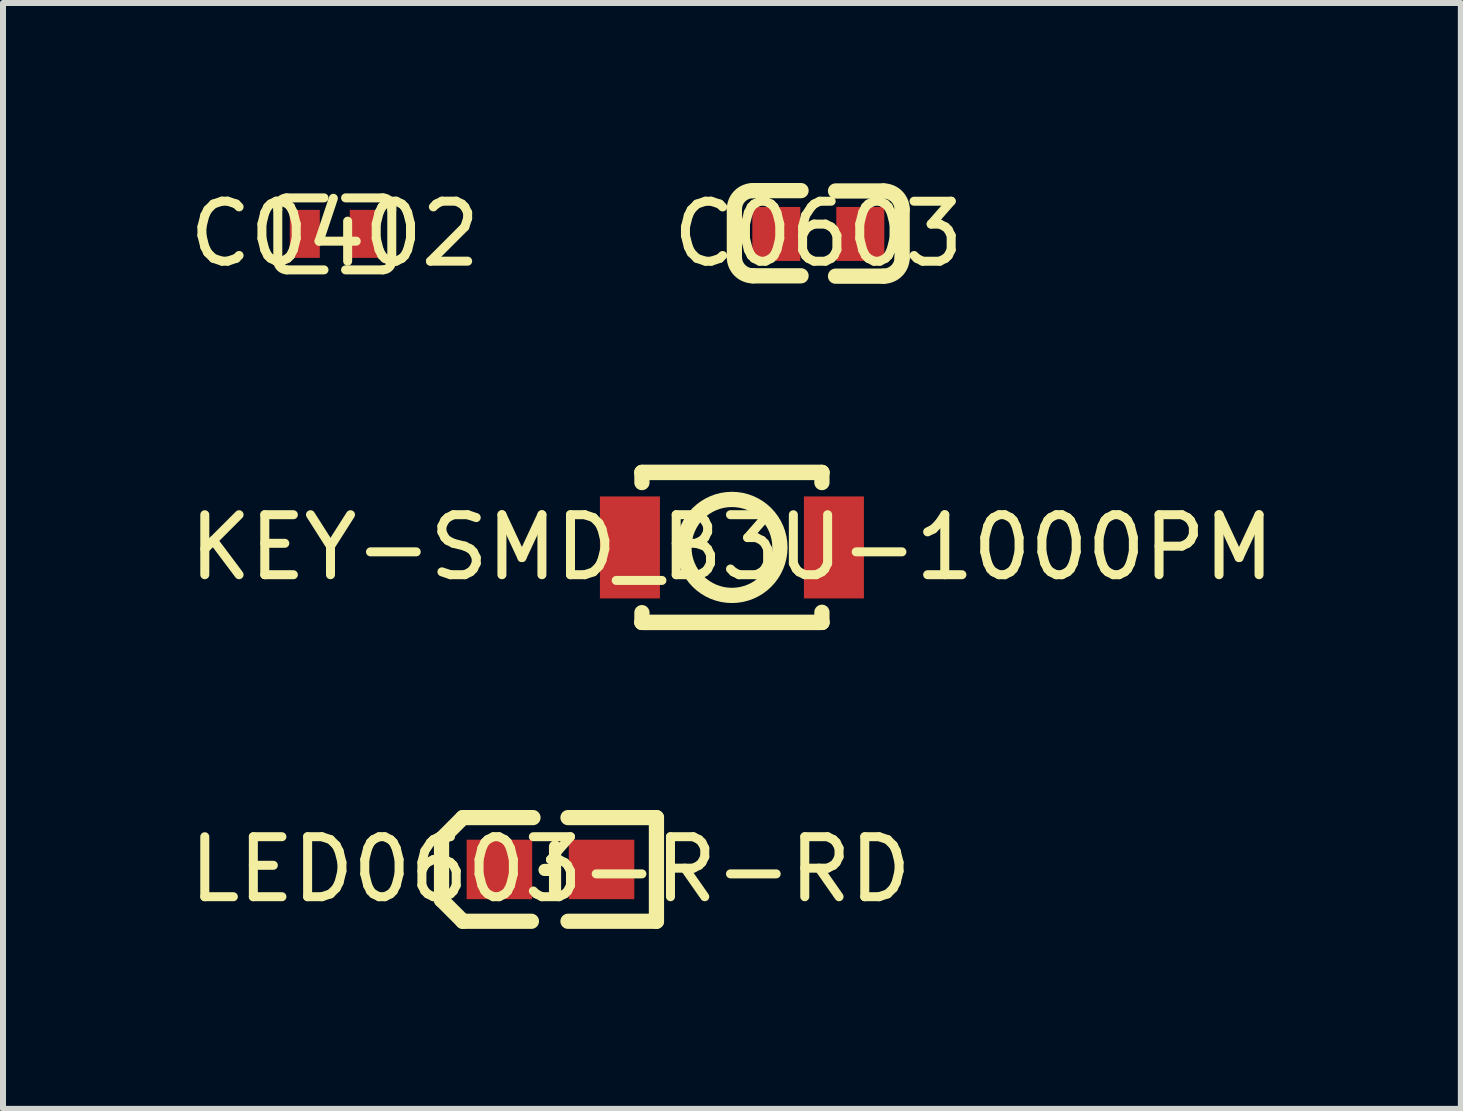
<source format=kicad_pcb>
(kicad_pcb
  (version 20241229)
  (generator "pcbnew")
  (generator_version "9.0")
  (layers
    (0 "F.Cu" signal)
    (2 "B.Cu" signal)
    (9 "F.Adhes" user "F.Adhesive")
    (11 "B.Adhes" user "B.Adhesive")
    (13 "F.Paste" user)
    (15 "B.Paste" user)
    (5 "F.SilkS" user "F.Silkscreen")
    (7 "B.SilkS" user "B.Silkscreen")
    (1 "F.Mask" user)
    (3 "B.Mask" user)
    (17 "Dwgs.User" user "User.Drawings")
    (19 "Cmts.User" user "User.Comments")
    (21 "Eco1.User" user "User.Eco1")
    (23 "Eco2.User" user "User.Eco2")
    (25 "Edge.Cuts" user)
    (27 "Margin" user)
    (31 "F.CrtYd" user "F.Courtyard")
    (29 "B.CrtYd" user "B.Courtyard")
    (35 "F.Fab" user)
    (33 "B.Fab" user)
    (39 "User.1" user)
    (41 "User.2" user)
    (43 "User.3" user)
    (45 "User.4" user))
  (footprint "C0603"
    (layer "F.Cu")
    (at 10.589 0.849)
    (property "Reference" "C0603" (at 0 0 0) (layer "F.SilkS") (effects (font (size 1 1) (thickness 0.15))))
    (fp_line (start -1.399 -0.412) (end -1.399 0.388) (stroke (width 0.254) (type default)) (layer "F.SilkS"))
    (fp_line (start -0.288 -0.722) (end -1.089 -0.722) (stroke (width 0.254) (type default)) (layer "F.SilkS"))
    (fp_line (start -0.288 0.698) (end -1.089 0.698) (stroke (width 0.254) (type default)) (layer "F.SilkS"))
    (fp_line (start 0.287 -0.716) (end 1.087 -0.716) (stroke (width 0.254) (type default)) (layer "F.SilkS"))
    (fp_line (start 0.287 0.704) (end 1.087 0.704) (stroke (width 0.254) (type default)) (layer "F.SilkS"))
    (fp_line (start 1.397 -0.406) (end 1.397 0.394) (stroke (width 0.254) (type default)) (layer "F.SilkS"))
    (fp_arc (start -1.3985 -0.412) (mid -1.307703 -0.631203) (end -1.0885 -0.7215) (stroke (width 0.254) (type default)) (layer "F.SilkS"))
    (fp_arc (start -1.0885 0.698) (mid -1.307703 0.607203) (end -1.3985 0.388) (stroke (width 0.254) (type default)) (layer "F.SilkS"))
    (fp_arc (start 1.087 -0.716) (mid 1.306203 -0.625203) (end 1.397 -0.406) (stroke (width 0.254) (type default)) (layer "F.SilkS"))
    (fp_arc (start 1.397 0.394) (mid 1.306203 0.613203) (end 1.087 0.704) (stroke (width 0.254) (type default)) (layer "F.SilkS"))
    (pad "1" smd rect (at -0.7 0 180) (size 0.8 0.9) (layers "F.Cu" "F.Mask" "F.Paste"))
    (pad "2" smd rect (at 0.7 0 180) (size 0.8 0.9) (layers "F.Cu" "F.Mask" "F.Paste")))
  (footprint "LED0603-R-RD"
    (layer "F.Cu")
    (at 6.125 11.441)
    (property "Reference" "LED0603-R-RD" (at 0 0 0) (layer "F.SilkS") (effects (font (size 1 1) (thickness 0.15))))
    (fp_line (start -1.816 -0.508) (end -1.46 -0.864) (stroke (width 0.254) (type default)) (layer "F.SilkS"))
    (fp_line (start -1.816 0.508) (end -1.816 -0.508) (stroke (width 0.254) (type default)) (layer "F.SilkS"))
    (fp_line (start -1.46 0.864) (end -1.816 0.508) (stroke (width 0.254) (type default)) (layer "F.SilkS"))
    (fp_line (start -0.318 0.864) (end -1.46 0.864) (stroke (width 0.254) (type default)) (layer "F.SilkS"))
    (fp_line (start -0.292 -0.864) (end -1.46 -0.864) (stroke (width 0.254) (type default)) (layer "F.SilkS"))
    (fp_line (start 0.076 0.008) (end -0.099 0.008) (stroke (width 0.203) (type default)) (layer "F.SilkS"))
    (fp_line (start 0.076 0.406) (end 0.076 -0.381) (stroke (width 0.203) (type default)) (layer "F.SilkS"))
    (fp_line (start 1.766 -0.864) (end 0.292 -0.864) (stroke (width 0.254) (type default)) (layer "F.SilkS"))
    (fp_line (start 1.766 0.864) (end 0.292 0.864) (stroke (width 0.254) (type default)) (layer "F.SilkS"))
    (fp_line (start 1.766 0.864) (end 1.766 -0.864) (stroke (width 0.254) (type default)) (layer "F.SilkS"))
    (pad "1" smd rect (at 0.851 0 90) (size 0.991 1.092) (layers "F.Cu" "F.Mask" "F.Paste"))
    (pad "2" smd rect (at -0.851 0 90) (size 0.991 1.092) (layers "F.Cu" "F.Mask" "F.Paste")))
  (footprint "C0402"
    (layer "F.Cu")
    (at 2.53 0.848)
    (property "Reference" "C0402" (at 0 0 0) (layer "F.SilkS") (effects (font (size 1 1) (thickness 0.15))))
    (fp_line (start -0.95 -0.45) (end -0.95 -0.4) (stroke (width 0.15) (type default)) (layer "F.SilkS"))
    (fp_line (start -0.95 -0.4) (end -0.95 0.4) (stroke (width 0.15) (type default)) (layer "F.SilkS"))
    (fp_line (start -0.95 0.45) (end -0.95 0.4) (stroke (width 0.15) (type default)) (layer "F.SilkS"))
    (fp_line (start -0.18 -0.6) (end -0.8 -0.6) (stroke (width 0.15) (type default)) (layer "F.SilkS"))
    (fp_line (start -0.18 0.6) (end -0.8 0.6) (stroke (width 0.15) (type default)) (layer "F.SilkS"))
    (fp_line (start 0.18 -0.6) (end 0.8 -0.6) (stroke (width 0.15) (type default)) (layer "F.SilkS"))
    (fp_line (start 0.18 0.6) (end 0.8 0.6) (stroke (width 0.15) (type default)) (layer "F.SilkS"))
    (fp_line (start 0.95 -0.45) (end 0.95 -0.4) (stroke (width 0.15) (type default)) (layer "F.SilkS"))
    (fp_line (start 0.95 -0.4) (end 0.95 0.4) (stroke (width 0.15) (type default)) (layer "F.SilkS"))
    (fp_line (start 0.95 0.45) (end 0.95 0.4) (stroke (width 0.15) (type default)) (layer "F.SilkS"))
    (fp_arc (start -0.95 -0.45) (mid -0.906066 -0.556066) (end -0.8 -0.6) (stroke (width 0.15) (type default)) (layer "F.SilkS"))
    (fp_arc (start -0.8 0.6) (mid -0.906066 0.556066) (end -0.95 0.45) (stroke (width 0.15) (type default)) (layer "F.SilkS"))
    (fp_arc (start 0.8 -0.6) (mid 0.906066 -0.556066) (end 0.95 -0.45) (stroke (width 0.15) (type default)) (layer "F.SilkS"))
    (fp_arc (start 0.95 0.45) (mid 0.906066 0.556066) (end 0.8 0.6) (stroke (width 0.15) (type default)) (layer "F.SilkS"))
    (pad "1" smd rect (at -0.5 0) (size 0.5 0.8) (layers "F.Cu" "F.Mask" "F.Paste"))
    (pad "2" smd rect (at 0.5 0) (size 0.5 0.8) (layers "F.Cu" "F.Mask" "F.Paste")))
  (footprint "KEY-SMD_B3U-1000PM"
    (layer "F.Cu")
    (at 9.149 6.074)
    (property "Reference" "KEY-SMD_B3U-1000PM" (at 0 0 0) (layer "F.SilkS") (effects (font (size 1 1) (thickness 0.15))))
    (fp_line (start -1.5 -1.25) (end 1.5 -1.25) (stroke (width 0.254) (type default)) (layer "F.SilkS"))
    (fp_line (start -1.5 -1.25) (end 1.5 -1.25) (stroke (width 0.254) (type default)) (layer "F.SilkS"))
    (fp_line (start -1.5 -1.081) (end -1.5 -1.25) (stroke (width 0.254) (type default)) (layer "F.SilkS"))
    (fp_line (start -1.5 1.25) (end -1.5 1.087) (stroke (width 0.254) (type default)) (layer "F.SilkS"))
    (fp_line (start -1.5 1.25) (end 1.5 1.25) (stroke (width 0.254) (type default)) (layer "F.SilkS"))
    (fp_line (start 1.5 -1.25) (end 1.5 -1.081) (stroke (width 0.254) (type default)) (layer "F.SilkS"))
    (fp_line (start 1.5 1.081) (end 1.5 1.25) (stroke (width 0.254) (type default)) (layer "F.SilkS"))
    (fp_line (start 1.5 1.25) (end -1.5 1.25) (stroke (width 0.254) (type default)) (layer "F.SilkS"))
    (fp_circle (center 0 0) (end 0.8 0) (stroke (width 0.254) (type default)) (fill no) (layer "F.SilkS"))
    (pad "1" smd rect (at -1.7 0) (size 1 1.7) (layers "F.Cu" "F.Mask" "F.Paste"))
    (pad "2" smd rect (at 1.7 0) (size 1 1.7) (layers "F.Cu" "F.Mask" "F.Paste")))
  (gr_rect
    (start -3 -3)
    (end 21.298 15.432)
    (stroke (width 0.1) (type default))
    (fill no)
    (layer "Edge.Cuts")))
</source>
